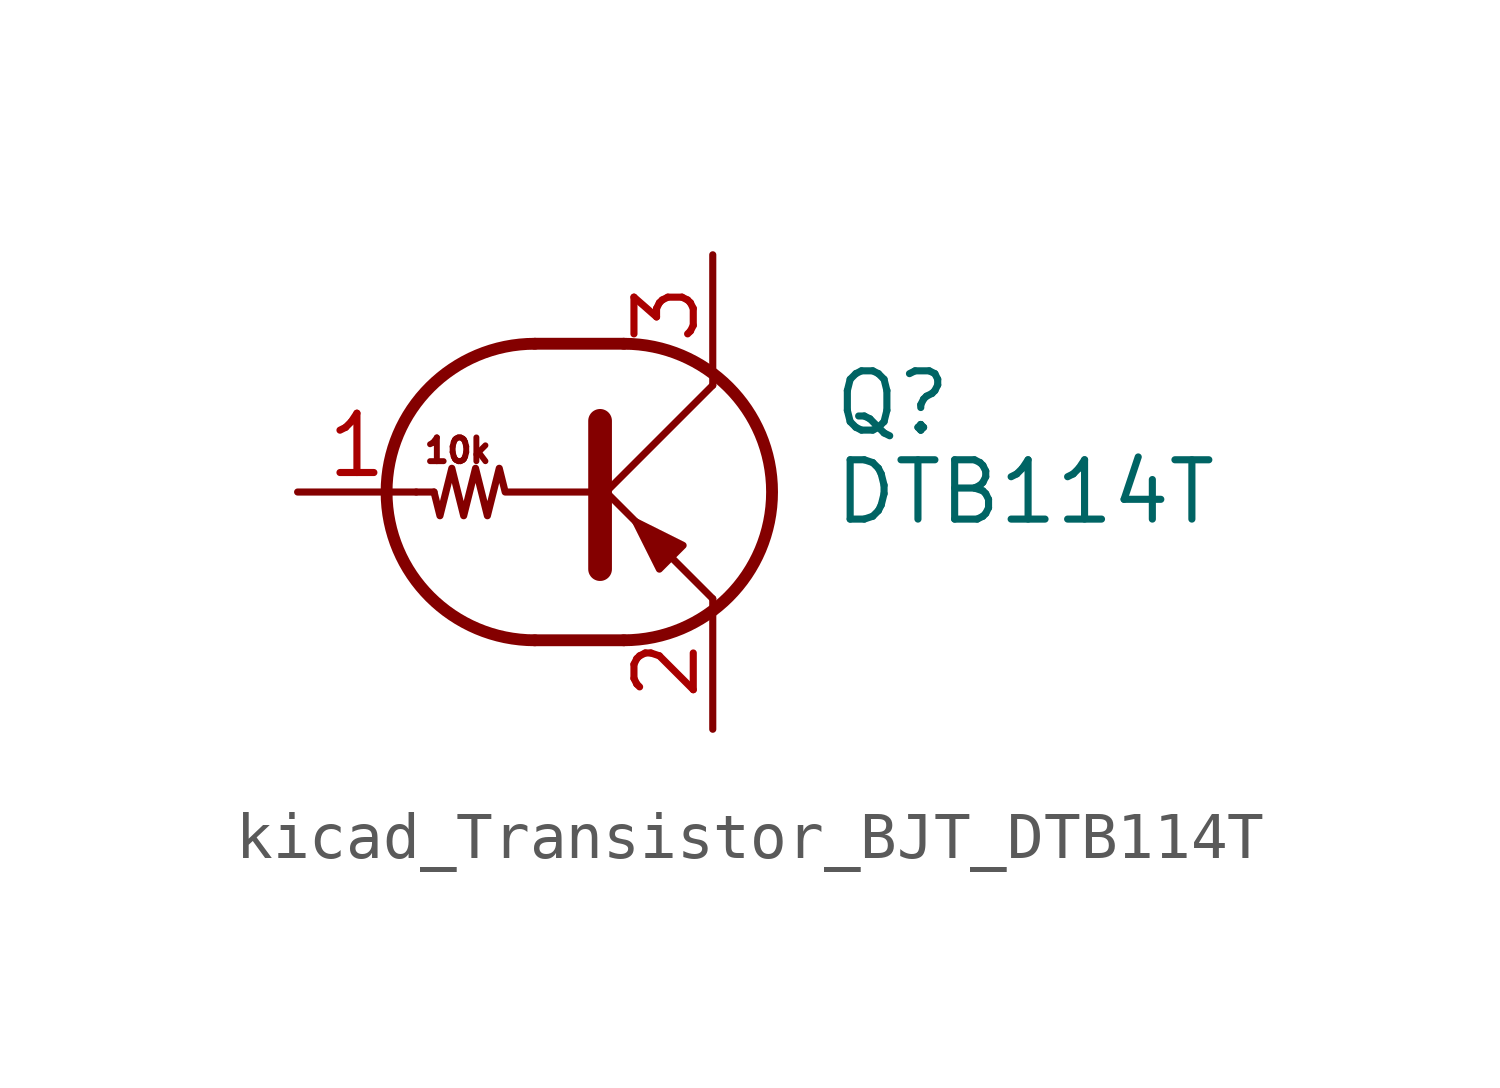
<source format=kicad_sym>
(kicad_symbol_lib
  (version 20220914)
  (generator kicad_symbol_editor)
  (symbol "kicad_Transistor_BJT_DTB114T"
    (pin_names
      (offset 0) hide)
    (property "Reference" "Q"
      (at 5.08 1.905 0)
      (effects (font (size 1.27 1.27)) (justify left)))
    (property "Value" "DTB114T"
      (at 5.08 0 0)
      (effects (font (size 1.27 1.27)) (justify left)))
    (symbol "kicad_Transistor_BJT_DTB114T_0_0"
      (polyline (pts (xy 2.54 -2.286) (xy 2.54 -2.54)) (stroke (width 0) (type default)) (fill (type none)))
      (text "10k" (at -2.921 0.889 0) (effects (font (size 0.508 0.508)))))
    (symbol "kicad_Transistor_BJT_DTB114T_0_1"
      (arc (start -1.27 3.175) (mid -4.4312 0) (end -1.27 -3.175) (stroke (width 0.254) (type default)) (fill (type none)))
      (polyline (pts (xy -3.429 0) (xy -3.81 0)) (stroke (width 0) (type default)) (fill (type none)))
      (polyline (pts (xy -1.27 -3.175) (xy 0.635 -3.175)) (stroke (width 0.254) (type default)) (fill (type none)))
      (polyline (pts (xy -1.27 3.175) (xy 0.635 3.175)) (stroke (width 0.254) (type default)) (fill (type none)))
      (polyline (pts (xy 0 -0.254) (xy 2.54 2.286)) (stroke (width 0) (type default)) (fill (type none)))
      (polyline (pts (xy 0.127 1.524) (xy 0.127 -1.651)) (stroke (width 0.508) (type default)) (fill (type outline)))
      (polyline (pts (xy 2.54 2.286) (xy 2.54 2.54)) (stroke (width 0) (type default)) (fill (type none)))
      (polyline (pts (xy 2.54 -2.286) (xy 0 0.254) (xy 0 0.254)) (stroke (width 0) (type default)) (fill (type none)))
      (polyline (pts (xy 1.397 -1.651) (xy 1.905 -1.143) (xy 0.889 -0.635) (xy 1.397 -1.651)) (stroke (width 0) (type default)) (fill (type outline)))
      (polyline (pts (xy 0 0) (xy -1.905 0) (xy -2.032 0.508) (xy -2.286 -0.508) (xy -2.54 0.508) (xy -2.794 -0.508) (xy -3.048 0.508) (xy -3.302 -0.508) (xy -3.429 0)) (stroke (width 0) (type default)) (fill (type none)))
      (arc (start 0.635 -3.175) (mid 3.7962 0) (end 0.635 3.175) (stroke (width 0.254) (type default)) (fill (type none))))
    (symbol "kicad_Transistor_BJT_DTB114T_1_1"
      (pin input line (at -6.35 0 0) (length 2.54) (name "B" (effects (font (size 1.27 1.27)))) (number "1" (effects (font (size 1.27 1.27)))))
      (pin passive line (at 2.54 -5.08 90) (length 2.54) (name "E" (effects (font (size 1.27 1.27)))) (number "2" (effects (font (size 1.27 1.27)))))
      (pin passive line (at 2.54 5.08 270) (length 2.54) (name "C" (effects (font (size 1.27 1.27)))) (number "3" (effects (font (size 1.27 1.27))))))))
</source>
